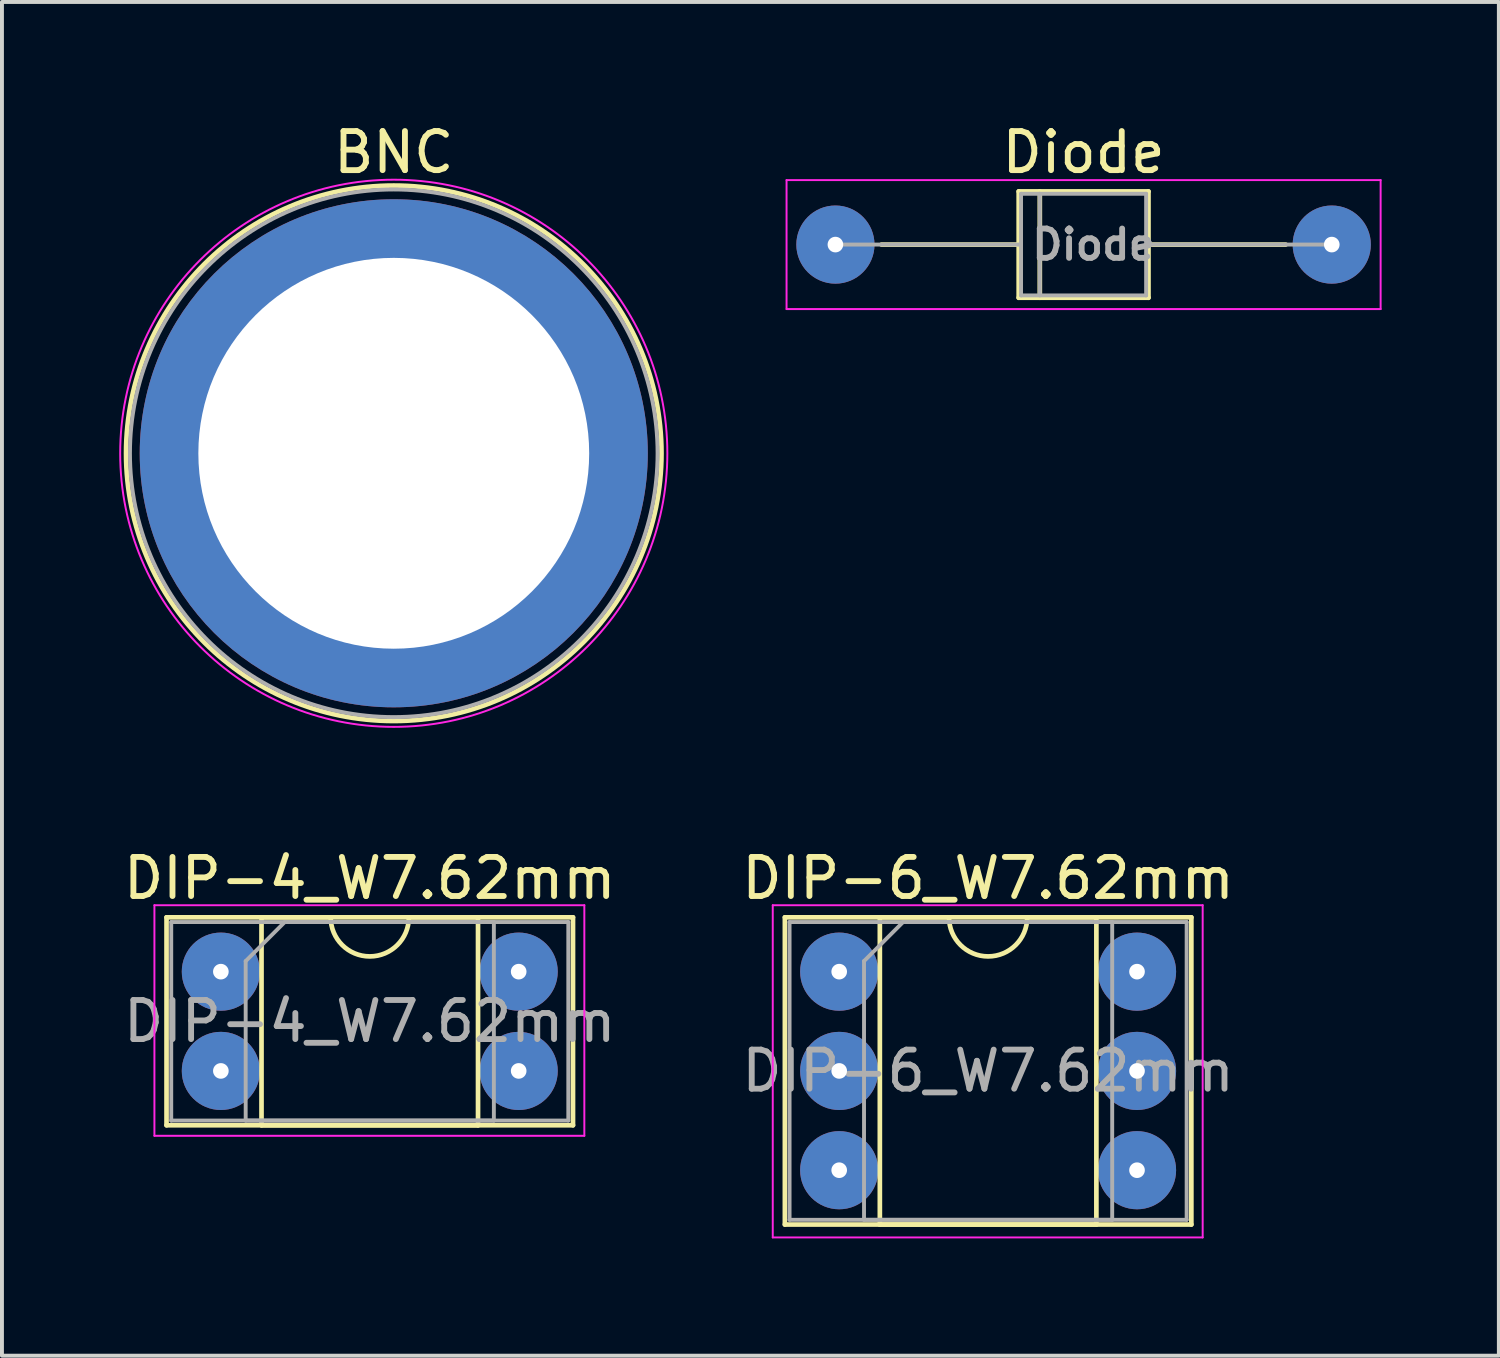
<source format=kicad_pcb>
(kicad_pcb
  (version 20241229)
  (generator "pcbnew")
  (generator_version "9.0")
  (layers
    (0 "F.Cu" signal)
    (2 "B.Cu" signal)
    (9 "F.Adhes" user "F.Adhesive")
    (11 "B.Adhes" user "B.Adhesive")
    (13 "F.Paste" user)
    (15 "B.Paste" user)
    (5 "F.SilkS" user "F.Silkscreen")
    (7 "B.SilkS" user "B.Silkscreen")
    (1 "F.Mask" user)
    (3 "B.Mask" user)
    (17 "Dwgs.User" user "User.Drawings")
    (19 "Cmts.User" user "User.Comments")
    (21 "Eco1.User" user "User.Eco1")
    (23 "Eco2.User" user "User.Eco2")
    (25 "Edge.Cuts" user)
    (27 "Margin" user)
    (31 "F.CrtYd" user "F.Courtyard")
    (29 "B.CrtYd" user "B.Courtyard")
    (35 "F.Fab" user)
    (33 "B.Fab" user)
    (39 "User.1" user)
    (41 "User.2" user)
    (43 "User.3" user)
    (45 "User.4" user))
  (footprint "DIP-4_W7.62mm"
    (layer "F.Cu")
    (at 2.601 21.811)
    (property "Reference" "DIP-4_W7.62mm" (at 3.81 -2.39 0) (layer "F.SilkS") (effects (font (size 1 1) (thickness 0.15))))
    (attr through_hole)
    (fp_line (start -1.39 -1.39) (end -1.39 3.93) (stroke (width 0.12) (type solid)) (layer "F.SilkS"))
    (fp_line (start -1.39 3.93) (end 9.01 3.93) (stroke (width 0.12) (type solid)) (layer "F.SilkS"))
    (fp_line (start 1.04 -1.39) (end 1.04 3.93) (stroke (width 0.12) (type solid)) (layer "F.SilkS"))
    (fp_line (start 1.04 3.93) (end 6.58 3.93) (stroke (width 0.12) (type solid)) (layer "F.SilkS"))
    (fp_line (start 2.81 -1.39) (end 1.04 -1.39) (stroke (width 0.12) (type solid)) (layer "F.SilkS"))
    (fp_line (start 6.58 -1.39) (end 4.81 -1.39) (stroke (width 0.12) (type solid)) (layer "F.SilkS"))
    (fp_line (start 6.58 3.93) (end 6.58 -1.39) (stroke (width 0.12) (type solid)) (layer "F.SilkS"))
    (fp_line (start 9.01 -1.39) (end -1.39 -1.39) (stroke (width 0.12) (type solid)) (layer "F.SilkS"))
    (fp_line (start 9.01 3.93) (end 9.01 -1.39) (stroke (width 0.12) (type solid)) (layer "F.SilkS"))
    (fp_arc (start 4.81 -1.39) (mid 3.81 -0.39) (end 2.81 -1.39) (stroke (width 0.12) (type solid)) (layer "F.SilkS"))
    (fp_line (start -1.7 -1.7) (end -1.7 4.2) (stroke (width 0.05) (type solid)) (layer "F.CrtYd"))
    (fp_line (start -1.7 4.2) (end 9.3 4.2) (stroke (width 0.05) (type solid)) (layer "F.CrtYd"))
    (fp_line (start 9.3 -1.7) (end -1.7 -1.7) (stroke (width 0.05) (type solid)) (layer "F.CrtYd"))
    (fp_line (start 9.3 4.2) (end 9.3 -1.7) (stroke (width 0.05) (type solid)) (layer "F.CrtYd"))
    (fp_line (start -1.27 -1.27) (end -1.27 3.81) (stroke (width 0.1) (type solid)) (layer "F.Fab"))
    (fp_line (start -1.27 3.81) (end 8.89 3.81) (stroke (width 0.1) (type solid)) (layer "F.Fab"))
    (fp_line (start 0.635 -0.27) (end 1.635 -1.27) (stroke (width 0.1) (type solid)) (layer "F.Fab"))
    (fp_line (start 0.635 3.81) (end 0.635 -0.27) (stroke (width 0.1) (type solid)) (layer "F.Fab"))
    (fp_line (start 1.635 -1.27) (end 6.985 -1.27) (stroke (width 0.1) (type solid)) (layer "F.Fab"))
    (fp_line (start 6.985 -1.27) (end 6.985 3.81) (stroke (width 0.1) (type solid)) (layer "F.Fab"))
    (fp_line (start 6.985 3.81) (end 0.635 3.81) (stroke (width 0.1) (type solid)) (layer "F.Fab"))
    (fp_line (start 8.89 -1.27) (end -1.27 -1.27) (stroke (width 0.1) (type solid)) (layer "F.Fab"))
    (fp_line (start 8.89 3.81) (end 8.89 -1.27) (stroke (width 0.1) (type solid)) (layer "F.Fab"))
    (fp_text user "${REFERENCE}" (at 3.81 1.27 0) (layer "F.Fab") (effects (font (size 1 1) (thickness 0.15))))
    (pad "1" thru_hole circle (at 0 0) (size 2 2) (drill 0.4) (layers "*.Cu" "*.Mask"))
    (pad "2" thru_hole circle (at 0 2.54) (size 2 2) (drill 0.4) (layers "*.Cu" "*.Mask"))
    (pad "3" thru_hole circle (at 7.62 2.54) (size 2 2) (drill 0.4) (layers "*.Cu" "*.Mask"))
    (pad "4" thru_hole circle (at 7.62 0) (size 2 2) (drill 0.4) (layers "*.Cu" "*.Mask")))
  (footprint "DIP-6_W7.62mm"
    (layer "F.Cu")
    (at 18.422 21.811)
    (property "Reference" "DIP-6_W7.62mm" (at 3.81 -2.39 0) (layer "F.SilkS") (effects (font (size 1 1) (thickness 0.15))))
    (attr through_hole)
    (fp_line (start -1.39 -1.39) (end -1.39 6.47) (stroke (width 0.12) (type solid)) (layer "F.SilkS"))
    (fp_line (start -1.39 6.47) (end 9.01 6.47) (stroke (width 0.12) (type solid)) (layer "F.SilkS"))
    (fp_line (start 1.04 -1.39) (end 1.04 6.47) (stroke (width 0.12) (type solid)) (layer "F.SilkS"))
    (fp_line (start 1.04 6.47) (end 6.58 6.47) (stroke (width 0.12) (type solid)) (layer "F.SilkS"))
    (fp_line (start 2.81 -1.39) (end 1.04 -1.39) (stroke (width 0.12) (type solid)) (layer "F.SilkS"))
    (fp_line (start 6.58 -1.39) (end 4.81 -1.39) (stroke (width 0.12) (type solid)) (layer "F.SilkS"))
    (fp_line (start 6.58 6.47) (end 6.58 -1.39) (stroke (width 0.12) (type solid)) (layer "F.SilkS"))
    (fp_line (start 9.01 -1.39) (end -1.39 -1.39) (stroke (width 0.12) (type solid)) (layer "F.SilkS"))
    (fp_line (start 9.01 6.47) (end 9.01 -1.39) (stroke (width 0.12) (type solid)) (layer "F.SilkS"))
    (fp_arc (start 4.81 -1.39) (mid 3.81 -0.39) (end 2.81 -1.39) (stroke (width 0.12) (type solid)) (layer "F.SilkS"))
    (fp_line (start -1.7 -1.7) (end -1.7 6.8) (stroke (width 0.05) (type solid)) (layer "F.CrtYd"))
    (fp_line (start -1.7 6.8) (end 9.3 6.8) (stroke (width 0.05) (type solid)) (layer "F.CrtYd"))
    (fp_line (start 9.3 -1.7) (end -1.7 -1.7) (stroke (width 0.05) (type solid)) (layer "F.CrtYd"))
    (fp_line (start 9.3 6.8) (end 9.3 -1.7) (stroke (width 0.05) (type solid)) (layer "F.CrtYd"))
    (fp_line (start -1.27 -1.27) (end -1.27 6.35) (stroke (width 0.1) (type solid)) (layer "F.Fab"))
    (fp_line (start -1.27 6.35) (end 8.89 6.35) (stroke (width 0.1) (type solid)) (layer "F.Fab"))
    (fp_line (start 0.635 -0.27) (end 1.635 -1.27) (stroke (width 0.1) (type solid)) (layer "F.Fab"))
    (fp_line (start 0.635 6.35) (end 0.635 -0.27) (stroke (width 0.1) (type solid)) (layer "F.Fab"))
    (fp_line (start 1.635 -1.27) (end 6.985 -1.27) (stroke (width 0.1) (type solid)) (layer "F.Fab"))
    (fp_line (start 6.985 -1.27) (end 6.985 6.35) (stroke (width 0.1) (type solid)) (layer "F.Fab"))
    (fp_line (start 6.985 6.35) (end 0.635 6.35) (stroke (width 0.1) (type solid)) (layer "F.Fab"))
    (fp_line (start 8.89 -1.27) (end -1.27 -1.27) (stroke (width 0.1) (type solid)) (layer "F.Fab"))
    (fp_line (start 8.89 6.35) (end 8.89 -1.27) (stroke (width 0.1) (type solid)) (layer "F.Fab"))
    (fp_text user "${REFERENCE}" (at 3.81 2.54 0) (layer "F.Fab") (effects (font (size 1 1) (thickness 0.15))))
    (pad "1" thru_hole circle (at 0 0) (size 2 2) (drill 0.4) (layers "*.Cu" "*.Mask"))
    (pad "2" thru_hole circle (at 0 2.54) (size 2 2) (drill 0.4) (layers "*.Cu" "*.Mask"))
    (pad "3" thru_hole circle (at 0 5.08) (size 2 2) (drill 0.4) (layers "*.Cu" "*.Mask"))
    (pad "4" thru_hole circle (at 7.62 5.08) (size 2 2) (drill 0.4) (layers "*.Cu" "*.Mask"))
    (pad "5" thru_hole circle (at 7.62 2.54) (size 2 2) (drill 0.4) (layers "*.Cu" "*.Mask"))
    (pad "6" thru_hole circle (at 7.62 0) (size 2 2) (drill 0.4) (layers "*.Cu" "*.Mask")))
  (footprint "Diode"
    (layer "F.Cu")
    (at 18.325 3.208)
    (property "Reference" "Diode" (at 6.35 -2.36 0) (layer "F.SilkS") (effects (font (size 1 1) (thickness 0.15))))
    (attr through_hole)
    (fp_line (start 1.18 0) (end 4.69 0) (stroke (width 0.12) (type solid)) (layer "F.SilkS"))
    (fp_line (start 4.69 -1.36) (end 4.69 1.36) (stroke (width 0.12) (type solid)) (layer "F.SilkS"))
    (fp_line (start 4.69 1.36) (end 8.01 1.36) (stroke (width 0.12) (type solid)) (layer "F.SilkS"))
    (fp_line (start 5.23 -1.36) (end 5.23 1.36) (stroke (width 0.12) (type solid)) (layer "F.SilkS"))
    (fp_line (start 8.01 -1.36) (end 4.69 -1.36) (stroke (width 0.12) (type solid)) (layer "F.SilkS"))
    (fp_line (start 8.01 1.36) (end 8.01 -1.36) (stroke (width 0.12) (type solid)) (layer "F.SilkS"))
    (fp_line (start 11.52 0) (end 8.01 0) (stroke (width 0.12) (type solid)) (layer "F.SilkS"))
    (fp_line (start -1.25 -1.65) (end -1.25 1.65) (stroke (width 0.05) (type solid)) (layer "F.CrtYd"))
    (fp_line (start -1.25 1.65) (end 13.95 1.65) (stroke (width 0.05) (type solid)) (layer "F.CrtYd"))
    (fp_line (start 13.95 -1.65) (end -1.25 -1.65) (stroke (width 0.05) (type solid)) (layer "F.CrtYd"))
    (fp_line (start 13.95 1.65) (end 13.95 -1.65) (stroke (width 0.05) (type solid)) (layer "F.CrtYd"))
    (fp_line (start 0 0) (end 4.75 0) (stroke (width 0.1) (type solid)) (layer "F.Fab"))
    (fp_line (start 4.75 -1.3) (end 4.75 1.3) (stroke (width 0.1) (type solid)) (layer "F.Fab"))
    (fp_line (start 4.75 1.3) (end 7.95 1.3) (stroke (width 0.1) (type solid)) (layer "F.Fab"))
    (fp_line (start 5.23 -1.3) (end 5.23 1.3) (stroke (width 0.1) (type solid)) (layer "F.Fab"))
    (fp_line (start 7.95 -1.3) (end 4.75 -1.3) (stroke (width 0.1) (type solid)) (layer "F.Fab"))
    (fp_line (start 7.95 1.3) (end 7.95 -1.3) (stroke (width 0.1) (type solid)) (layer "F.Fab"))
    (fp_line (start 12.7 0) (end 7.95 0) (stroke (width 0.1) (type solid)) (layer "F.Fab"))
    (fp_text user "${REFERENCE}" (at 6.604 0 0) (layer "F.Fab") (effects (font (size 0.75 0.75) (thickness 0.15))))
    (pad "1" thru_hole circle (at 0 0) (size 2 2) (drill 0.4) (layers "*.Cu" "*.Mask"))
    (pad "2" thru_hole circle (at 12.7 0) (size 2 2) (drill 0.4) (layers "*.Cu" "*.Mask")))
  (footprint "BNC"
    (layer "F.Cu")
    (at 7.025 8.548)
    (property "Reference" "BNC" (at 0 -7.7 0) (layer "F.SilkS") (effects (font (size 1 1) (thickness 0.15))))
    (attr through_hole)
    (fp_circle (center 0 0) (end 6.85 0) (stroke (width 0.12) (type solid)) (fill no) (layer "F.SilkS"))
    (fp_circle (center 0 0) (end 7 0) (stroke (width 0.05) (type solid)) (fill no) (layer "F.CrtYd"))
    (fp_circle (center 0 0) (end 6.75 0) (stroke (width 0.1) (type solid)) (fill no) (layer "F.Fab"))
    (pad "1" thru_hole circle (at 0 0) (size 13 13) (drill 10) (layers "*.Cu" "*.Mask")))
  (gr_rect
    (start -3 -3)
    (end 35.3 31.637)
    (stroke (width 0.1) (type default))
    (fill no)
    (layer "Edge.Cuts")))
</source>
